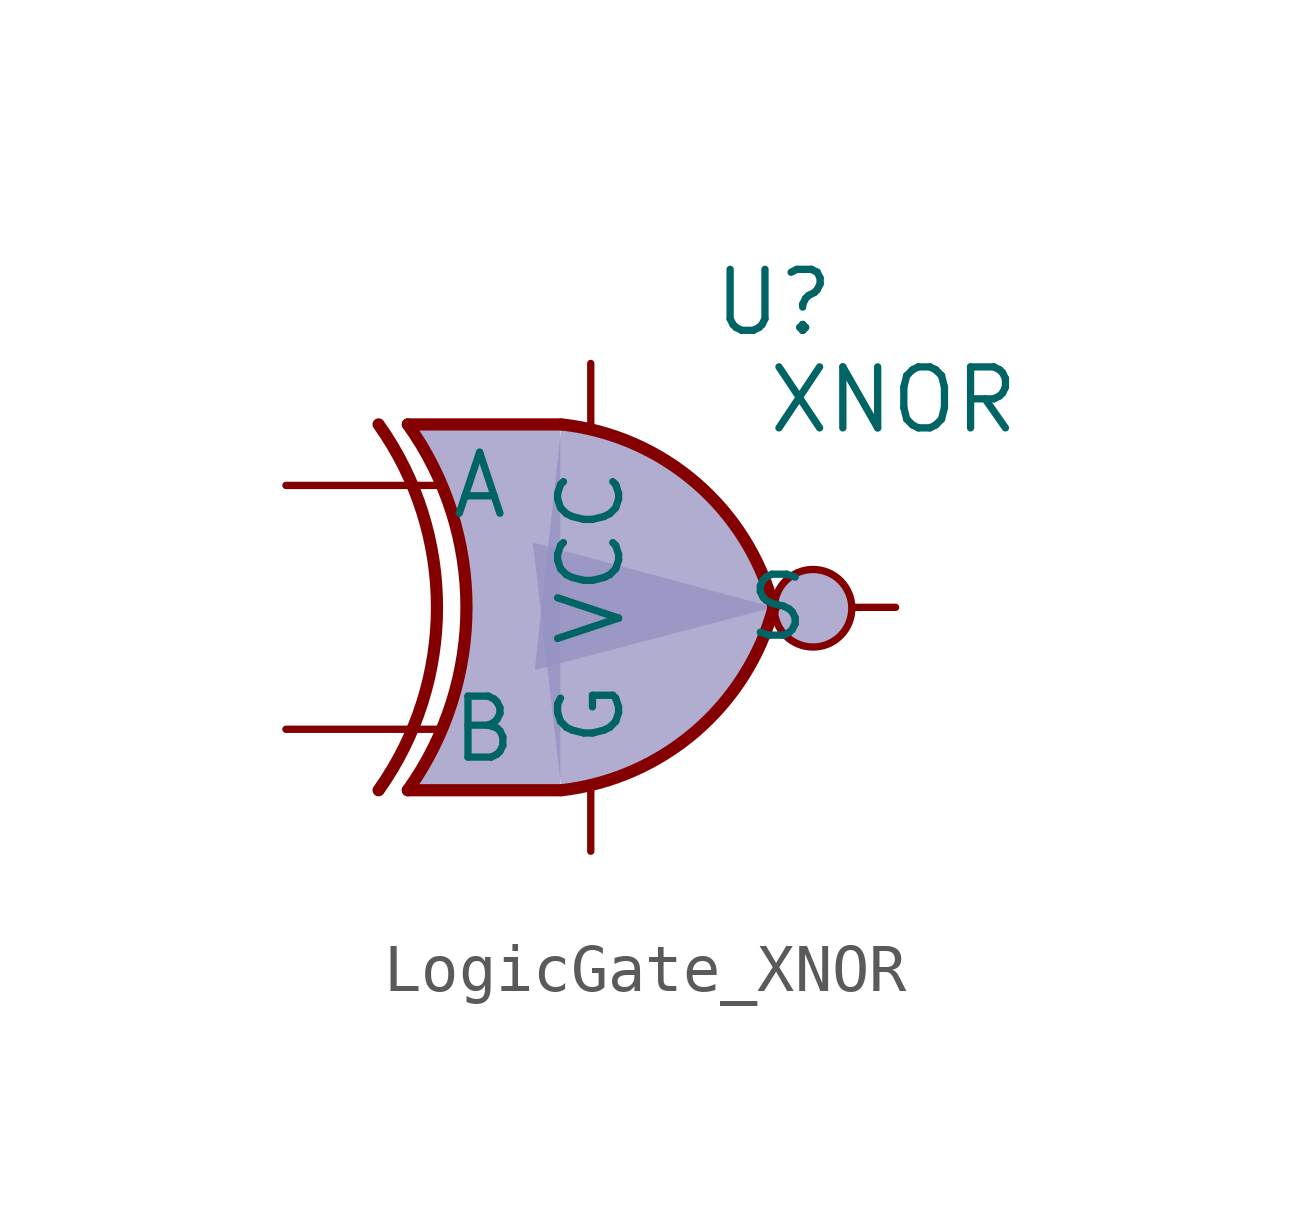
<source format=kicad_sym>
(kicad_symbol_lib
  (version 20220914)
  (generator kicad_symbol_editor)
  (symbol "LogicGate_XNOR"
    (pin_numbers hide)
    (pin_names
      (offset 0.85))
    (property "Reference" "U"
      (at 3.81 6.35 0)
      (effects (font (size 1.27 1.27))))
    (property "Value" "XNOR"
      (at 6.309 4.318 0)
      (effects (font (size 1.27 1.27))))
    (symbol "LogicGate_XNOR_1_0"
      (arc (start -4.4196 -3.81) (mid -3.2033 0) (end -4.4196 3.81) (stroke (width 0.254) (type default)) (fill (type none)))
      (arc (start -3.81 -3.81) (mid -2.589 0) (end -3.81 3.81) (stroke (width 0.254) (type default)) (fill (type none)))
      (arc (start -0.6096 -3.81) (mid 2.1842 -2.5851) (end 3.81 0) (stroke (width 0.254) (type default)) (fill (type color) (color 149 146 194 0.7490196078)))
      (polyline (pts (xy -3.81 -3.81) (xy -0.635 -3.81)) (stroke (width 0.254) (type default)) (fill (type background)))
      (polyline (pts (xy -3.81 3.81) (xy -0.635 3.81)) (stroke (width 0.254) (type default)) (fill (type background)))
      (polyline (pts (xy -0.635 3.81) (xy -3.81 3.81) (xy -3.81 3.81) (xy -3.556 3.404) (xy -3.023 2.261) (xy -2.692 1.041) (xy -2.616 -0.254) (xy -2.769 -1.499) (xy -3.175 -2.718) (xy -3.81 -3.81) (xy -3.81 -3.81) (xy -0.635 -3.81)) (stroke (width -0.0001) (type default)) (fill (type color) (color 149 146 194 0.749)))
      (arc (start 3.81 0) (mid 2.1915 2.5936) (end -0.6096 3.81) (stroke (width 0.254) (type default)) (fill (type color) (color 149 146 194 0.7490196078)))
      (pin input line (at 0 5.08 270) (length 1.27) (name "VCC" (effects (font (size 1.27 1.27)))) (number "1" (effects (font (size 1.27 1.27)))))
      (pin input line (at 0 -5.08 90) (length 1.27) (name "G" (effects (font (size 1.27 1.27)))) (number "2" (effects (font (size 1.27 1.27)))))
      (pin input line (at -6.35 2.54 0) (length 2.54) (name "A" (effects (font (size 1.27 1.27)))) (number "3" (effects (font (size 1.27 1.27)))))
      (pin input line (at -6.35 -2.54 0) (length 2.54) (name "B" (effects (font (size 1.27 1.27)))) (number "4" (effects (font (size 1.27 1.27))))))
    (symbol "LogicGate_XNOR_1_1"
      (polyline (pts (xy -3.81 -2.54) (xy -3.175 -2.54)) (stroke (width 0.152) (type default)) (fill (type none)))
      (polyline (pts (xy -3.81 2.54) (xy -3.175 2.54)) (stroke (width 0.152) (type default)) (fill (type none)))
      (circle (center 4.63 -0.019) (radius 0.808) (stroke (width 0) (type default)) (fill (type color) (color 149 146 194 0.749)))
      (pin output line (at 6.35 0 180) (length 0.9) (name "S" (effects (font (size 1.27 1.27)))) (number "5" (effects (font (size 1.27 1.27))))))))
</source>
